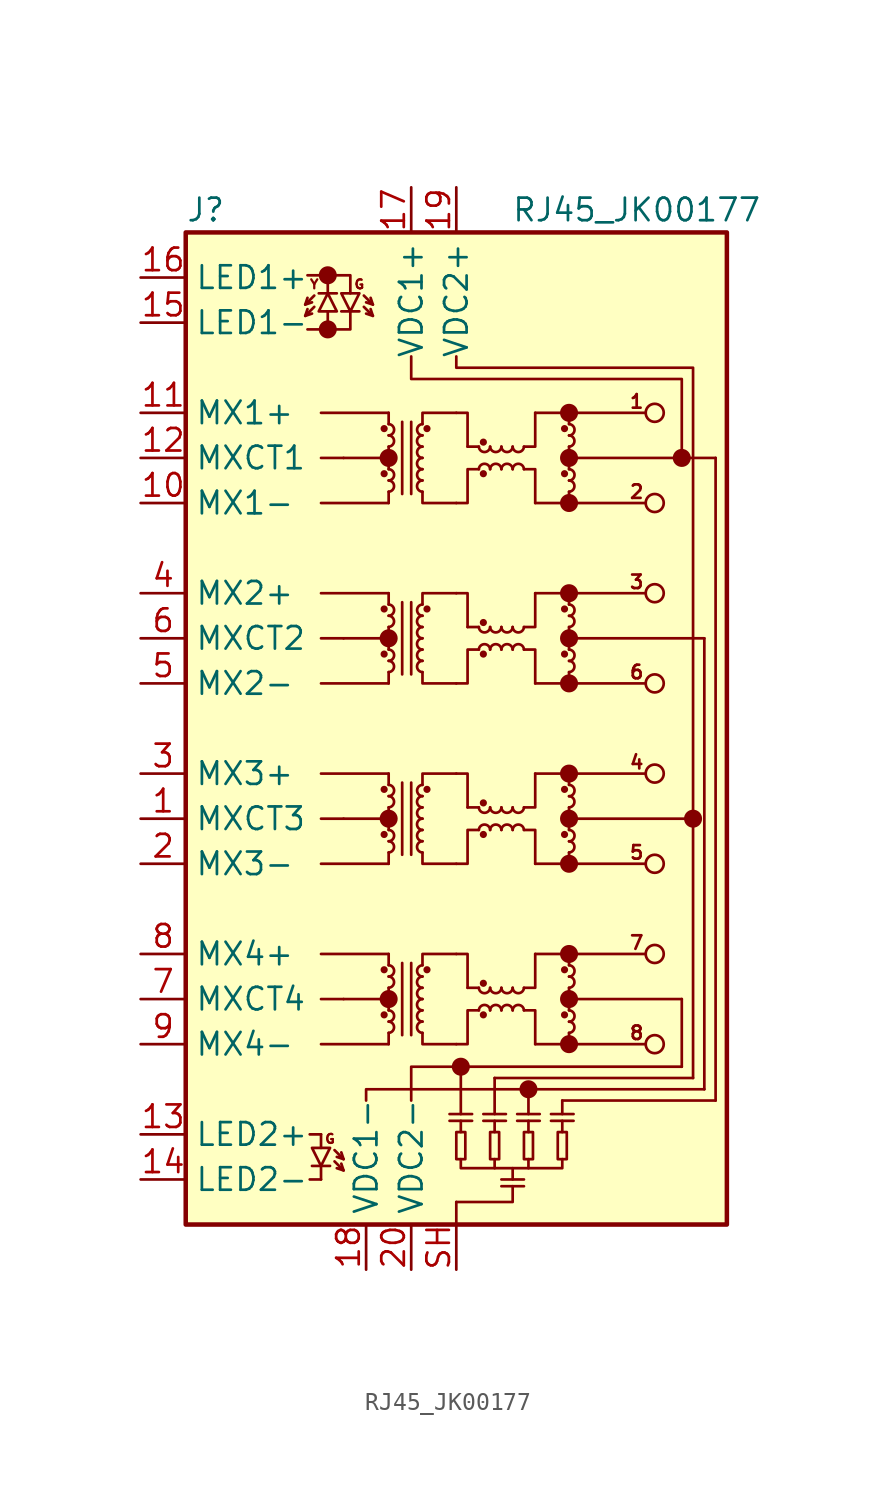
<source format=kicad_sym>
(kicad_symbol_lib
  (version 20220914)
  (generator kicad_symbol_editor)
  (symbol "RJ45_JK00177"
    (property "Reference" "J"
      (at -15.24 29.21 0)
      (effects (font (size 1.27 1.27)) (justify left)))
    (property "Value" "RJ45_JK00177"
      (at 10.16 29.21 0)
      (effects (font (size 1.27 1.27))))
    (symbol "RJ45_JK00177_0_0"
      (circle (center -7.239 22.479) (radius 0.0001) (stroke (width 0.508) (type default)) (fill (type none)))
      (circle (center -7.239 25.527) (radius 0.0001) (stroke (width 0.508) (type default)) (fill (type none)))
      (circle (center -3.81 -15.24) (radius 0.0001) (stroke (width 0.508) (type default)) (fill (type none)))
      (circle (center -3.81 -5.08) (radius 0.0001) (stroke (width 0.508) (type default)) (fill (type none)))
      (circle (center -3.81 5.08) (radius 0.0001) (stroke (width 0.508) (type default)) (fill (type none)))
      (circle (center -3.81 15.24) (radius 0.0001) (stroke (width 0.508) (type default)) (fill (type none)))
      (circle (center 0.254 -19.05) (radius 0.0001) (stroke (width 0.508) (type default)) (fill (type none)))
      (circle (center 4.064 -20.32) (radius 0.0001) (stroke (width 0.508) (type default)) (fill (type none)))
      (circle (center 6.35 -17.78) (radius 0.0001) (stroke (width 0.508) (type default)) (fill (type none)))
      (circle (center 6.35 -15.24) (radius 0.0001) (stroke (width 0.508) (type default)) (fill (type none)))
      (circle (center 6.35 -12.7) (radius 0.0001) (stroke (width 0.508) (type default)) (fill (type none)))
      (circle (center 6.35 -7.62) (radius 0.0001) (stroke (width 0.508) (type default)) (fill (type none)))
      (circle (center 6.35 -5.08) (radius 0.0001) (stroke (width 0.508) (type default)) (fill (type none)))
      (circle (center 6.35 -2.54) (radius 0.0001) (stroke (width 0.508) (type default)) (fill (type none)))
      (circle (center 6.35 2.54) (radius 0.0001) (stroke (width 0.508) (type default)) (fill (type none)))
      (circle (center 6.35 5.08) (radius 0.0001) (stroke (width 0.508) (type default)) (fill (type none)))
      (circle (center 6.35 7.62) (radius 0.0001) (stroke (width 0.508) (type default)) (fill (type none)))
      (circle (center 6.35 12.7) (radius 0.0001) (stroke (width 0.508) (type default)) (fill (type none)))
      (circle (center 6.35 15.24) (radius 0.0001) (stroke (width 0.508) (type default)) (fill (type none)))
      (circle (center 6.35 17.78) (radius 0.0001) (stroke (width 0.508) (type default)) (fill (type none)))
      (circle (center 12.7 15.24) (radius 0.0001) (stroke (width 0.508) (type default)) (fill (type none)))
      (circle (center 13.335 -5.08) (radius 0.0001) (stroke (width 0.508) (type default)) (fill (type none)))
      (text "" (at -7.874 24.892 900) (effects (font (size 1.27 1.27))))
      (text "1" (at 10.16 18.415 0) (effects (font (size 0.762 0.762))))
      (text "2" (at 10.16 13.335 0) (effects (font (size 0.762 0.762))))
      (text "3" (at 10.16 8.255 0) (effects (font (size 0.762 0.762))))
      (text "4" (at 10.16 -1.905 0) (effects (font (size 0.762 0.762))))
      (text "5" (at 10.16 -6.985 0) (effects (font (size 0.762 0.762))))
      (text "6" (at 10.16 3.175 0) (effects (font (size 0.762 0.762))))
      (text "7" (at 10.16 -12.065 0) (effects (font (size 0.762 0.762))))
      (text "8" (at 10.16 -17.145 0) (effects (font (size 0.762 0.762))))
      (text "G" (at -7.112 -23.114 0) (effects (font (size 0.508 0.508))))
      (text "G" (at -5.461 25.019 0) (effects (font (size 0.508 0.508))))
      (text "Y" (at -8.001 25.019 0) (effects (font (size 0.508 0.508)))))
    (symbol "RJ45_JK00177_0_1"
      (rectangle (start -15.24 27.94) (end 15.24 -27.94) (stroke (width 0.254) (type default)) (fill (type background)))
      (circle (center -4.064 -16.129) (radius 0.127) (stroke (width 0) (type default)) (fill (type outline)))
      (circle (center -4.064 -13.589) (radius 0.127) (stroke (width 0) (type default)) (fill (type outline)))
      (circle (center -4.064 -5.969) (radius 0.127) (stroke (width 0) (type default)) (fill (type outline)))
      (circle (center -4.064 -3.429) (radius 0.127) (stroke (width 0) (type default)) (fill (type outline)))
      (circle (center -4.064 4.191) (radius 0.127) (stroke (width 0) (type default)) (fill (type outline)))
      (circle (center -4.064 6.731) (radius 0.127) (stroke (width 0) (type default)) (fill (type outline)))
      (circle (center -4.064 14.351) (radius 0.127) (stroke (width 0) (type default)) (fill (type outline)))
      (circle (center -4.064 16.891) (radius 0.127) (stroke (width 0) (type default)) (fill (type outline)))
      (arc (start -3.81 -17.145) (mid -3.5052 -16.8402) (end -3.81 -16.51) (stroke (width 0) (type default)) (fill (type none)))
      (arc (start -3.81 -16.51) (mid -3.5052 -16.2052) (end -3.81 -15.875) (stroke (width 0) (type default)) (fill (type none)))
      (arc (start -3.81 -14.605) (mid -3.5052 -14.3002) (end -3.81 -13.97) (stroke (width 0) (type default)) (fill (type none)))
      (arc (start -3.81 -13.97) (mid -3.5052 -13.6652) (end -3.81 -13.335) (stroke (width 0) (type default)) (fill (type none)))
      (arc (start -3.81 -6.985) (mid -3.5052 -6.6802) (end -3.81 -6.35) (stroke (width 0) (type default)) (fill (type none)))
      (arc (start -3.81 -6.35) (mid -3.5052 -6.0452) (end -3.81 -5.715) (stroke (width 0) (type default)) (fill (type none)))
      (arc (start -3.81 -4.445) (mid -3.5052 -4.1402) (end -3.81 -3.81) (stroke (width 0) (type default)) (fill (type none)))
      (arc (start -3.81 -3.81) (mid -3.5052 -3.5052) (end -3.81 -3.175) (stroke (width 0) (type default)) (fill (type none)))
      (arc (start -3.81 3.175) (mid -3.5052 3.4798) (end -3.81 3.81) (stroke (width 0) (type default)) (fill (type none)))
      (arc (start -3.81 3.81) (mid -3.5052 4.1148) (end -3.81 4.445) (stroke (width 0) (type default)) (fill (type none)))
      (arc (start -3.81 5.715) (mid -3.5052 6.0198) (end -3.81 6.35) (stroke (width 0) (type default)) (fill (type none)))
      (arc (start -3.81 6.35) (mid -3.5052 6.6548) (end -3.81 6.985) (stroke (width 0) (type default)) (fill (type none)))
      (arc (start -3.81 13.335) (mid -3.5052 13.6398) (end -3.81 13.97) (stroke (width 0) (type default)) (fill (type none)))
      (arc (start -3.81 13.97) (mid -3.5052 14.2748) (end -3.81 14.605) (stroke (width 0) (type default)) (fill (type none)))
      (arc (start -3.81 15.875) (mid -3.5052 16.1798) (end -3.81 16.51) (stroke (width 0) (type default)) (fill (type none)))
      (arc (start -3.81 16.51) (mid -3.5052 16.8148) (end -3.81 17.145) (stroke (width 0) (type default)) (fill (type none)))
      (arc (start -1.905 -16.51) (mid -2.2098 -16.8148) (end -1.905 -17.145) (stroke (width 0) (type default)) (fill (type none)))
      (arc (start -1.905 -15.875) (mid -2.2098 -16.1798) (end -1.905 -16.51) (stroke (width 0) (type default)) (fill (type none)))
      (arc (start -1.905 -15.24) (mid -2.2098 -15.5448) (end -1.905 -15.875) (stroke (width 0) (type default)) (fill (type none)))
      (arc (start -1.905 -14.605) (mid -2.2098 -14.9098) (end -1.905 -15.24) (stroke (width 0) (type default)) (fill (type none)))
      (arc (start -1.905 -13.97) (mid -2.2098 -14.2748) (end -1.905 -14.605) (stroke (width 0) (type default)) (fill (type none)))
      (arc (start -1.905 -13.335) (mid -2.2098 -13.6398) (end -1.905 -13.97) (stroke (width 0) (type default)) (fill (type none)))
      (arc (start -1.905 -6.35) (mid -2.2098 -6.6548) (end -1.905 -6.985) (stroke (width 0) (type default)) (fill (type none)))
      (arc (start -1.905 -5.715) (mid -2.2098 -6.0198) (end -1.905 -6.35) (stroke (width 0) (type default)) (fill (type none)))
      (arc (start -1.905 -5.08) (mid -2.2098 -5.3848) (end -1.905 -5.715) (stroke (width 0) (type default)) (fill (type none)))
      (arc (start -1.905 -4.445) (mid -2.2098 -4.7498) (end -1.905 -5.08) (stroke (width 0) (type default)) (fill (type none)))
      (arc (start -1.905 -3.81) (mid -2.2098 -4.1148) (end -1.905 -4.445) (stroke (width 0) (type default)) (fill (type none)))
      (arc (start -1.905 -3.175) (mid -2.2098 -3.4798) (end -1.905 -3.81) (stroke (width 0) (type default)) (fill (type none)))
      (arc (start -1.905 3.81) (mid -2.2098 3.5052) (end -1.905 3.175) (stroke (width 0) (type default)) (fill (type none)))
      (arc (start -1.905 4.445) (mid -2.2098 4.1402) (end -1.905 3.81) (stroke (width 0) (type default)) (fill (type none)))
      (arc (start -1.905 5.08) (mid -2.2098 4.7752) (end -1.905 4.445) (stroke (width 0) (type default)) (fill (type none)))
      (arc (start -1.905 5.715) (mid -2.2098 5.4102) (end -1.905 5.08) (stroke (width 0) (type default)) (fill (type none)))
      (arc (start -1.905 6.35) (mid -2.2098 6.0452) (end -1.905 5.715) (stroke (width 0) (type default)) (fill (type none)))
      (arc (start -1.905 6.985) (mid -2.2098 6.6802) (end -1.905 6.35) (stroke (width 0) (type default)) (fill (type none)))
      (arc (start -1.905 13.97) (mid -2.2098 13.6652) (end -1.905 13.335) (stroke (width 0) (type default)) (fill (type none)))
      (arc (start -1.905 14.605) (mid -2.2098 14.3002) (end -1.905 13.97) (stroke (width 0) (type default)) (fill (type none)))
      (arc (start -1.905 15.24) (mid -2.2098 14.9352) (end -1.905 14.605) (stroke (width 0) (type default)) (fill (type none)))
      (arc (start -1.905 15.875) (mid -2.2098 15.5702) (end -1.905 15.24) (stroke (width 0) (type default)) (fill (type none)))
      (arc (start -1.905 16.51) (mid -2.2098 16.2052) (end -1.905 15.875) (stroke (width 0) (type default)) (fill (type none)))
      (arc (start -1.905 17.145) (mid -2.2098 16.8402) (end -1.905 16.51) (stroke (width 0) (type default)) (fill (type none)))
      (circle (center -1.651 -13.589) (radius 0.127) (stroke (width 0) (type default)) (fill (type outline)))
      (circle (center -1.651 -3.429) (radius 0.127) (stroke (width 0) (type default)) (fill (type outline)))
      (circle (center -1.651 6.731) (radius 0.127) (stroke (width 0) (type default)) (fill (type outline)))
      (circle (center -1.651 16.891) (radius 0.127) (stroke (width 0) (type default)) (fill (type outline)))
      (rectangle (start 0 -22.733) (end 0.508 -24.257) (stroke (width 0.152) (type default)) (fill (type none)))
      (polyline (pts (xy -7.62 -17.78) (xy -3.81 -17.78)) (stroke (width 0) (type default)) (fill (type none)))
      (polyline (pts (xy -7.62 -15.24) (xy -6.35 -15.24)) (stroke (width 0) (type default)) (fill (type none)))
      (polyline (pts (xy -7.62 -12.7) (xy -3.81 -12.7)) (stroke (width 0) (type default)) (fill (type none)))
      (polyline (pts (xy -7.62 -7.62) (xy -3.81 -7.62)) (stroke (width 0) (type default)) (fill (type none)))
      (polyline (pts (xy -7.62 -5.08) (xy -6.35 -5.08)) (stroke (width 0) (type default)) (fill (type none)))
      (polyline (pts (xy -7.62 -2.54) (xy -3.81 -2.54)) (stroke (width 0) (type default)) (fill (type none)))
      (polyline (pts (xy -7.62 2.54) (xy -3.81 2.54)) (stroke (width 0) (type default)) (fill (type none)))
      (polyline (pts (xy -7.62 5.08) (xy -6.35 5.08)) (stroke (width 0) (type default)) (fill (type none)))
      (polyline (pts (xy -7.62 7.62) (xy -3.81 7.62)) (stroke (width 0) (type default)) (fill (type none)))
      (polyline (pts (xy -7.62 12.7) (xy -3.81 12.7)) (stroke (width 0) (type default)) (fill (type none)))
      (polyline (pts (xy -7.62 15.24) (xy -6.35 15.24)) (stroke (width 0) (type default)) (fill (type none)))
      (polyline (pts (xy -7.62 17.78) (xy -3.81 17.78)) (stroke (width 0) (type default)) (fill (type none)))
      (polyline (pts (xy -6.35 -15.24) (xy -3.81 -15.24)) (stroke (width 0) (type default)) (fill (type none)))
      (polyline (pts (xy -6.35 -5.08) (xy -3.81 -5.08)) (stroke (width 0) (type default)) (fill (type none)))
      (polyline (pts (xy -6.35 5.08) (xy -3.81 5.08)) (stroke (width 0) (type default)) (fill (type none)))
      (polyline (pts (xy -6.35 15.24) (xy -3.81 15.24)) (stroke (width 0) (type default)) (fill (type none)))
      (polyline (pts (xy -3.81 -17.78) (xy -3.81 -17.145)) (stroke (width 0) (type default)) (fill (type none)))
      (polyline (pts (xy -3.81 -15.24) (xy -3.81 -15.875)) (stroke (width 0) (type default)) (fill (type none)))
      (polyline (pts (xy -3.81 -15.24) (xy -3.81 -14.605)) (stroke (width 0) (type default)) (fill (type none)))
      (polyline (pts (xy -3.81 -12.7) (xy -3.81 -13.335)) (stroke (width 0) (type default)) (fill (type none)))
      (polyline (pts (xy -3.81 -7.62) (xy -3.81 -6.985)) (stroke (width 0) (type default)) (fill (type none)))
      (polyline (pts (xy -3.81 -5.08) (xy -3.81 -5.715)) (stroke (width 0) (type default)) (fill (type none)))
      (polyline (pts (xy -3.81 -5.08) (xy -3.81 -4.445)) (stroke (width 0) (type default)) (fill (type none)))
      (polyline (pts (xy -3.81 -2.54) (xy -3.81 -3.175)) (stroke (width 0) (type default)) (fill (type none)))
      (polyline (pts (xy -3.81 2.54) (xy -3.81 3.175)) (stroke (width 0) (type default)) (fill (type none)))
      (polyline (pts (xy -3.81 5.08) (xy -3.81 4.445)) (stroke (width 0) (type default)) (fill (type none)))
      (polyline (pts (xy -3.81 5.08) (xy -3.81 5.715)) (stroke (width 0) (type default)) (fill (type none)))
      (polyline (pts (xy -3.81 7.62) (xy -3.81 6.985)) (stroke (width 0) (type default)) (fill (type none)))
      (polyline (pts (xy -3.81 12.7) (xy -3.81 13.335)) (stroke (width 0) (type default)) (fill (type none)))
      (polyline (pts (xy -3.81 15.24) (xy -3.81 14.605)) (stroke (width 0) (type default)) (fill (type none)))
      (polyline (pts (xy -3.81 15.24) (xy -3.81 15.875)) (stroke (width 0) (type default)) (fill (type none)))
      (polyline (pts (xy -3.81 17.78) (xy -3.81 17.145)) (stroke (width 0) (type default)) (fill (type none)))
      (polyline (pts (xy -3.048 -17.272) (xy -3.048 -13.208)) (stroke (width 0) (type default)) (fill (type none)))
      (polyline (pts (xy -3.048 -7.112) (xy -3.048 -3.048)) (stroke (width 0) (type default)) (fill (type none)))
      (polyline (pts (xy -3.048 3.048) (xy -3.048 7.112)) (stroke (width 0) (type default)) (fill (type none)))
      (polyline (pts (xy -3.048 13.208) (xy -3.048 17.272)) (stroke (width 0) (type default)) (fill (type none)))
      (polyline (pts (xy -2.54 -17.272) (xy -2.54 -13.208)) (stroke (width 0) (type default)) (fill (type none)))
      (polyline (pts (xy -2.54 -7.112) (xy -2.54 -3.048)) (stroke (width 0) (type default)) (fill (type none)))
      (polyline (pts (xy -2.54 3.048) (xy -2.54 7.112)) (stroke (width 0) (type default)) (fill (type none)))
      (polyline (pts (xy -2.54 13.208) (xy -2.54 17.272)) (stroke (width 0) (type default)) (fill (type none)))
      (polyline (pts (xy -0.381 -22.098) (xy 0.889 -22.098)) (stroke (width 0.152) (type default)) (fill (type none)))
      (polyline (pts (xy -0.381 -21.717) (xy 0.889 -21.717)) (stroke (width 0.152) (type default)) (fill (type none)))
      (polyline (pts (xy 0 -27.94) (xy 0 -26.67)) (stroke (width 0.152) (type default)) (fill (type none)))
      (polyline (pts (xy 0.254 -21.717) (xy 0.254 -19.05)) (stroke (width 0.152) (type default)) (fill (type none)))
      (polyline (pts (xy 0.254 -19.05) (xy 12.7 -19.05)) (stroke (width 0) (type default)) (fill (type none)))
      (polyline (pts (xy 0.635 -14.605) (xy 1.27 -14.605)) (stroke (width 0) (type default)) (fill (type none)))
      (polyline (pts (xy 0.635 -4.445) (xy 1.27 -4.445)) (stroke (width 0) (type default)) (fill (type none)))
      (polyline (pts (xy 0.635 5.715) (xy 1.27 5.715)) (stroke (width 0) (type default)) (fill (type none)))
      (polyline (pts (xy 0.635 15.875) (xy 1.27 15.875)) (stroke (width 0) (type default)) (fill (type none)))
      (polyline (pts (xy 1.524 -22.098) (xy 2.794 -22.098)) (stroke (width 0.152) (type default)) (fill (type none)))
      (polyline (pts (xy 1.524 -21.717) (xy 2.794 -21.717)) (stroke (width 0.152) (type default)) (fill (type none)))
      (polyline (pts (xy 2.159 -24.257) (xy 2.159 -24.765)) (stroke (width 0.152) (type default)) (fill (type none)))
      (polyline (pts (xy 2.159 -21.717) (xy 2.159 -19.685)) (stroke (width 0.152) (type default)) (fill (type none)))
      (polyline (pts (xy 3.429 -22.098) (xy 4.699 -22.098)) (stroke (width 0.152) (type default)) (fill (type none)))
      (polyline (pts (xy 3.429 -21.717) (xy 4.699 -21.717)) (stroke (width 0.152) (type default)) (fill (type none)))
      (polyline (pts (xy 3.81 -25.781) (xy 2.54 -25.781)) (stroke (width 0.152) (type default)) (fill (type none)))
      (polyline (pts (xy 3.81 -25.4) (xy 2.54 -25.4)) (stroke (width 0.152) (type default)) (fill (type none)))
      (polyline (pts (xy 4.064 -24.257) (xy 4.064 -24.765)) (stroke (width 0.152) (type default)) (fill (type none)))
      (polyline (pts (xy 4.064 -21.717) (xy 4.064 -20.32)) (stroke (width 0.152) (type default)) (fill (type none)))
      (polyline (pts (xy 4.445 -17.78) (xy 6.35 -17.78)) (stroke (width 0) (type default)) (fill (type none)))
      (polyline (pts (xy 4.445 -12.7) (xy 6.35 -12.7)) (stroke (width 0) (type default)) (fill (type none)))
      (polyline (pts (xy 4.445 -7.62) (xy 6.35 -7.62)) (stroke (width 0) (type default)) (fill (type none)))
      (polyline (pts (xy 4.445 -2.54) (xy 6.35 -2.54)) (stroke (width 0) (type default)) (fill (type none)))
      (polyline (pts (xy 4.445 2.54) (xy 6.35 2.54)) (stroke (width 0) (type default)) (fill (type none)))
      (polyline (pts (xy 4.445 7.62) (xy 6.35 7.62)) (stroke (width 0) (type default)) (fill (type none)))
      (polyline (pts (xy 4.445 12.7) (xy 6.35 12.7)) (stroke (width 0) (type default)) (fill (type none)))
      (polyline (pts (xy 4.445 17.78) (xy 6.35 17.78)) (stroke (width 0) (type default)) (fill (type none)))
      (polyline (pts (xy 5.334 -22.098) (xy 6.604 -22.098)) (stroke (width 0.152) (type default)) (fill (type none)))
      (polyline (pts (xy 5.334 -21.717) (xy 6.604 -21.717)) (stroke (width 0.152) (type default)) (fill (type none)))
      (polyline (pts (xy 5.969 -21.717) (xy 5.969 -20.955)) (stroke (width 0.152) (type default)) (fill (type none)))
      (polyline (pts (xy 6.35 -17.78) (xy 6.35 -17.145)) (stroke (width 0) (type default)) (fill (type none)))
      (polyline (pts (xy 6.35 -17.78) (xy 10.668 -17.78)) (stroke (width 0) (type default)) (fill (type none)))
      (polyline (pts (xy 6.35 -15.24) (xy 6.35 -15.875)) (stroke (width 0) (type default)) (fill (type none)))
      (polyline (pts (xy 6.35 -15.24) (xy 6.35 -14.605)) (stroke (width 0) (type default)) (fill (type none)))
      (polyline (pts (xy 6.35 -15.24) (xy 12.7 -15.24)) (stroke (width 0) (type default)) (fill (type none)))
      (polyline (pts (xy 6.35 -12.7) (xy 6.35 -13.335)) (stroke (width 0) (type default)) (fill (type none)))
      (polyline (pts (xy 6.35 -12.7) (xy 10.668 -12.7)) (stroke (width 0) (type default)) (fill (type none)))
      (polyline (pts (xy 6.35 -7.62) (xy 6.35 -6.985)) (stroke (width 0) (type default)) (fill (type none)))
      (polyline (pts (xy 6.35 -7.62) (xy 10.668 -7.62)) (stroke (width 0) (type default)) (fill (type none)))
      (polyline (pts (xy 6.35 -5.08) (xy 6.35 -5.715)) (stroke (width 0) (type default)) (fill (type none)))
      (polyline (pts (xy 6.35 -5.08) (xy 6.35 -4.445)) (stroke (width 0) (type default)) (fill (type none)))
      (polyline (pts (xy 6.35 -5.08) (xy 13.335 -5.08)) (stroke (width 0) (type default)) (fill (type none)))
      (polyline (pts (xy 6.35 -2.54) (xy 6.35 -3.175)) (stroke (width 0) (type default)) (fill (type none)))
      (polyline (pts (xy 6.35 -2.54) (xy 10.668 -2.54)) (stroke (width 0) (type default)) (fill (type none)))
      (polyline (pts (xy 6.35 2.54) (xy 6.35 3.175)) (stroke (width 0) (type default)) (fill (type none)))
      (polyline (pts (xy 6.35 2.54) (xy 10.668 2.54)) (stroke (width 0) (type default)) (fill (type none)))
      (polyline (pts (xy 6.35 5.08) (xy 6.35 4.445)) (stroke (width 0) (type default)) (fill (type none)))
      (polyline (pts (xy 6.35 5.08) (xy 6.35 5.715)) (stroke (width 0) (type default)) (fill (type none)))
      (polyline (pts (xy 6.35 7.62) (xy 6.35 6.985)) (stroke (width 0) (type default)) (fill (type none)))
      (polyline (pts (xy 6.35 7.62) (xy 10.668 7.62)) (stroke (width 0) (type default)) (fill (type none)))
      (polyline (pts (xy 6.35 12.7) (xy 6.35 13.335)) (stroke (width 0) (type default)) (fill (type none)))
      (polyline (pts (xy 6.35 12.7) (xy 10.668 12.7)) (stroke (width 0) (type default)) (fill (type none)))
      (polyline (pts (xy 6.35 15.24) (xy 6.35 14.605)) (stroke (width 0) (type default)) (fill (type none)))
      (polyline (pts (xy 6.35 15.24) (xy 6.35 15.875)) (stroke (width 0) (type default)) (fill (type none)))
      (polyline (pts (xy 6.35 17.78) (xy 6.35 17.145)) (stroke (width 0) (type default)) (fill (type none)))
      (polyline (pts (xy 6.35 17.78) (xy 10.668 17.78)) (stroke (width 0) (type default)) (fill (type none)))
      (polyline (pts (xy 12.7 -19.05) (xy 12.7 -15.24)) (stroke (width 0) (type default)) (fill (type none)))
      (polyline (pts (xy 13.335 -19.685) (xy 2.159 -19.685)) (stroke (width 0.152) (type default)) (fill (type none)))
      (polyline (pts (xy 13.335 -19.685) (xy 13.335 -5.08)) (stroke (width 0) (type default)) (fill (type none)))
      (polyline (pts (xy 13.97 -20.32) (xy 4.064 -20.32)) (stroke (width 0.152) (type default)) (fill (type none)))
      (polyline (pts (xy 13.97 -20.32) (xy 13.97 5.08)) (stroke (width 0) (type default)) (fill (type none)))
      (polyline (pts (xy 13.97 5.08) (xy 6.35 5.08)) (stroke (width 0) (type default)) (fill (type none)))
      (polyline (pts (xy 14.605 -20.955) (xy 5.969 -20.955)) (stroke (width 0.152) (type default)) (fill (type none)))
      (polyline (pts (xy 14.605 -20.955) (xy 14.605 15.24)) (stroke (width 0) (type default)) (fill (type none)))
      (polyline (pts (xy 14.605 15.24) (xy 6.35 15.24)) (stroke (width 0) (type default)) (fill (type none)))
      (polyline (pts (xy -2.54 -20.955) (xy -2.54 -19.05) (xy 0.254 -19.05)) (stroke (width 0.152) (type default)) (fill (type none)))
      (polyline (pts (xy -1.905 -17.145) (xy -1.905 -17.78) (xy 0 -17.78)) (stroke (width 0) (type default)) (fill (type none)))
      (polyline (pts (xy -1.905 -13.335) (xy -1.905 -12.7) (xy 0 -12.7)) (stroke (width 0) (type default)) (fill (type none)))
      (polyline (pts (xy -1.905 -6.985) (xy -1.905 -7.62) (xy 0 -7.62)) (stroke (width 0) (type default)) (fill (type none)))
      (polyline (pts (xy -1.905 -3.175) (xy -1.905 -2.54) (xy 0 -2.54)) (stroke (width 0) (type default)) (fill (type none)))
      (polyline (pts (xy -1.905 3.175) (xy -1.905 2.54) (xy 0 2.54)) (stroke (width 0) (type default)) (fill (type none)))
      (polyline (pts (xy -1.905 6.985) (xy -1.905 7.62) (xy 0 7.62)) (stroke (width 0) (type default)) (fill (type none)))
      (polyline (pts (xy -1.905 13.335) (xy -1.905 12.7) (xy 0 12.7)) (stroke (width 0) (type default)) (fill (type none)))
      (polyline (pts (xy -1.905 17.145) (xy -1.905 17.78) (xy 0 17.78)) (stroke (width 0) (type default)) (fill (type none)))
      (polyline (pts (xy 0 -26.67) (xy 3.175 -26.67) (xy 3.175 -25.781)) (stroke (width 0.152) (type default)) (fill (type none)))
      (polyline (pts (xy 0 -12.7) (xy 0.635 -12.7) (xy 0.635 -14.605)) (stroke (width 0) (type default)) (fill (type none)))
      (polyline (pts (xy 0 -2.54) (xy 0.635 -2.54) (xy 0.635 -4.445)) (stroke (width 0) (type default)) (fill (type none)))
      (polyline (pts (xy 0 7.62) (xy 0.635 7.62) (xy 0.635 5.715)) (stroke (width 0) (type default)) (fill (type none)))
      (polyline (pts (xy 0 17.78) (xy 0.635 17.78) (xy 0.635 15.875)) (stroke (width 0) (type default)) (fill (type none)))
      (polyline (pts (xy 3.81 -15.875) (xy 4.445 -15.875) (xy 4.445 -17.78)) (stroke (width 0) (type default)) (fill (type none)))
      (polyline (pts (xy 3.81 -14.605) (xy 4.445 -14.605) (xy 4.445 -12.7)) (stroke (width 0) (type default)) (fill (type none)))
      (polyline (pts (xy 3.81 -5.715) (xy 4.445 -5.715) (xy 4.445 -7.62)) (stroke (width 0) (type default)) (fill (type none)))
      (polyline (pts (xy 3.81 -4.445) (xy 4.445 -4.445) (xy 4.445 -2.54)) (stroke (width 0) (type default)) (fill (type none)))
      (polyline (pts (xy 3.81 4.445) (xy 4.445 4.445) (xy 4.445 2.54)) (stroke (width 0) (type default)) (fill (type none)))
      (polyline (pts (xy 3.81 5.715) (xy 4.445 5.715) (xy 4.445 7.62)) (stroke (width 0) (type default)) (fill (type none)))
      (polyline (pts (xy 3.81 14.605) (xy 4.445 14.605) (xy 4.445 12.7)) (stroke (width 0) (type default)) (fill (type none)))
      (polyline (pts (xy 3.81 15.875) (xy 4.445 15.875) (xy 4.445 17.78)) (stroke (width 0) (type default)) (fill (type none)))
      (polyline (pts (xy 4.064 -20.32) (xy -5.08 -20.32) (xy -5.08 -20.955)) (stroke (width 0.152) (type default)) (fill (type none)))
      (polyline (pts (xy -2.54 20.955) (xy -2.54 19.685) (xy 12.7 19.685) (xy 12.7 15.24)) (stroke (width 0.152) (type default)) (fill (type none)))
      (polyline (pts (xy 0 -17.78) (xy 0.635 -17.78) (xy 0.635 -15.875) (xy 1.27 -15.875)) (stroke (width 0) (type default)) (fill (type none)))
      (polyline (pts (xy 0 -7.62) (xy 0.635 -7.62) (xy 0.635 -5.715) (xy 1.27 -5.715)) (stroke (width 0) (type default)) (fill (type none)))
      (polyline (pts (xy 0 2.54) (xy 0.635 2.54) (xy 0.635 4.445) (xy 1.27 4.445)) (stroke (width 0) (type default)) (fill (type none)))
      (polyline (pts (xy 0 12.7) (xy 0.635 12.7) (xy 0.635 14.605) (xy 1.27 14.605)) (stroke (width 0) (type default)) (fill (type none)))
      (polyline (pts (xy 0.254 -24.257) (xy 0.254 -24.765) (xy 5.969 -24.765) (xy 5.969 -24.257)) (stroke (width 0.152) (type default)) (fill (type none)))
      (polyline (pts (xy 13.335 -5.08) (xy 13.335 20.32) (xy 0 20.32) (xy 0 20.955)) (stroke (width 0.152) (type default)) (fill (type none)))
      (rectangle (start 0.254 -22.733) (end 0.254 -22.098) (stroke (width 0.152) (type default)) (fill (type none)))
      (arc (start 1.27 -14.605) (mid 1.5748 -14.9098) (end 1.905 -14.605) (stroke (width 0) (type default)) (fill (type none)))
      (arc (start 1.27 -4.445) (mid 1.5748 -4.7498) (end 1.905 -4.445) (stroke (width 0) (type default)) (fill (type none)))
      (arc (start 1.27 5.715) (mid 1.5748 5.4102) (end 1.905 5.715) (stroke (width 0) (type default)) (fill (type none)))
      (arc (start 1.27 15.875) (mid 1.5748 15.5702) (end 1.905 15.875) (stroke (width 0) (type default)) (fill (type none)))
      (circle (center 1.524 -16.129) (radius 0.127) (stroke (width 0) (type default)) (fill (type outline)))
      (circle (center 1.524 -14.351) (radius 0.127) (stroke (width 0) (type default)) (fill (type outline)))
      (circle (center 1.524 -5.969) (radius 0.127) (stroke (width 0) (type default)) (fill (type outline)))
      (circle (center 1.524 -4.191) (radius 0.127) (stroke (width 0) (type default)) (fill (type outline)))
      (circle (center 1.524 4.191) (radius 0.127) (stroke (width 0) (type default)) (fill (type outline)))
      (circle (center 1.524 5.969) (radius 0.127) (stroke (width 0) (type default)) (fill (type outline)))
      (circle (center 1.524 14.351) (radius 0.127) (stroke (width 0) (type default)) (fill (type outline)))
      (circle (center 1.524 16.129) (radius 0.127) (stroke (width 0) (type default)) (fill (type outline)))
      (rectangle (start 1.905 -22.733) (end 2.413 -24.257) (stroke (width 0.152) (type default)) (fill (type none)))
      (arc (start 1.905 -15.875) (mid 1.6002 -15.5702) (end 1.27 -15.875) (stroke (width 0) (type default)) (fill (type none)))
      (arc (start 1.905 -14.605) (mid 2.2098 -14.9098) (end 2.54 -14.605) (stroke (width 0) (type default)) (fill (type none)))
      (arc (start 1.905 -5.715) (mid 1.6002 -5.4102) (end 1.27 -5.715) (stroke (width 0) (type default)) (fill (type none)))
      (arc (start 1.905 -4.445) (mid 2.2098 -4.7498) (end 2.54 -4.445) (stroke (width 0) (type default)) (fill (type none)))
      (arc (start 1.905 4.445) (mid 1.6002 4.7498) (end 1.27 4.445) (stroke (width 0) (type default)) (fill (type none)))
      (arc (start 1.905 5.715) (mid 2.2098 5.4102) (end 2.54 5.715) (stroke (width 0) (type default)) (fill (type none)))
      (arc (start 1.905 14.605) (mid 1.6002 14.9098) (end 1.27 14.605) (stroke (width 0) (type default)) (fill (type none)))
      (arc (start 1.905 15.875) (mid 2.2098 15.5702) (end 2.54 15.875) (stroke (width 0) (type default)) (fill (type none)))
      (rectangle (start 2.159 -22.733) (end 2.159 -22.098) (stroke (width 0.152) (type default)) (fill (type none)))
      (arc (start 2.54 -15.875) (mid 2.2352 -15.5702) (end 1.905 -15.875) (stroke (width 0) (type default)) (fill (type none)))
      (arc (start 2.54 -14.605) (mid 2.8448 -14.9098) (end 3.175 -14.605) (stroke (width 0) (type default)) (fill (type none)))
      (arc (start 2.54 -5.715) (mid 2.2352 -5.4102) (end 1.905 -5.715) (stroke (width 0) (type default)) (fill (type none)))
      (arc (start 2.54 -4.445) (mid 2.8448 -4.7498) (end 3.175 -4.445) (stroke (width 0) (type default)) (fill (type none)))
      (arc (start 2.54 4.445) (mid 2.2352 4.7498) (end 1.905 4.445) (stroke (width 0) (type default)) (fill (type none)))
      (arc (start 2.54 5.715) (mid 2.8448 5.4102) (end 3.175 5.715) (stroke (width 0) (type default)) (fill (type none)))
      (arc (start 2.54 14.605) (mid 2.2352 14.9098) (end 1.905 14.605) (stroke (width 0) (type default)) (fill (type none)))
      (arc (start 2.54 15.875) (mid 2.8448 15.5702) (end 3.175 15.875) (stroke (width 0) (type default)) (fill (type none)))
      (rectangle (start 3.175 -24.765) (end 3.175 -25.4) (stroke (width 0.152) (type default)) (fill (type none)))
      (arc (start 3.175 -15.875) (mid 2.8702 -15.5702) (end 2.54 -15.875) (stroke (width 0) (type default)) (fill (type none)))
      (arc (start 3.175 -14.605) (mid 3.4798 -14.9098) (end 3.81 -14.605) (stroke (width 0) (type default)) (fill (type none)))
      (arc (start 3.175 -5.715) (mid 2.8702 -5.4102) (end 2.54 -5.715) (stroke (width 0) (type default)) (fill (type none)))
      (arc (start 3.175 -4.445) (mid 3.4798 -4.7498) (end 3.81 -4.445) (stroke (width 0) (type default)) (fill (type none)))
      (arc (start 3.175 4.445) (mid 2.8702 4.7498) (end 2.54 4.445) (stroke (width 0) (type default)) (fill (type none)))
      (arc (start 3.175 5.715) (mid 3.4798 5.4102) (end 3.81 5.715) (stroke (width 0) (type default)) (fill (type none)))
      (arc (start 3.175 14.605) (mid 2.8702 14.9098) (end 2.54 14.605) (stroke (width 0) (type default)) (fill (type none)))
      (arc (start 3.175 15.875) (mid 3.4798 15.5702) (end 3.81 15.875) (stroke (width 0) (type default)) (fill (type none)))
      (rectangle (start 3.81 -22.733) (end 4.318 -24.257) (stroke (width 0.152) (type default)) (fill (type none)))
      (arc (start 3.81 -15.875) (mid 3.5052 -15.5702) (end 3.175 -15.875) (stroke (width 0) (type default)) (fill (type none)))
      (arc (start 3.81 -5.715) (mid 3.5052 -5.4102) (end 3.175 -5.715) (stroke (width 0) (type default)) (fill (type none)))
      (arc (start 3.81 4.445) (mid 3.5052 4.7498) (end 3.175 4.445) (stroke (width 0) (type default)) (fill (type none)))
      (arc (start 3.81 14.605) (mid 3.5052 14.9098) (end 3.175 14.605) (stroke (width 0) (type default)) (fill (type none)))
      (rectangle (start 4.064 -22.733) (end 4.064 -22.098) (stroke (width 0.152) (type default)) (fill (type none)))
      (rectangle (start 5.715 -22.733) (end 6.223 -24.257) (stroke (width 0.152) (type default)) (fill (type none)))
      (rectangle (start 5.969 -22.733) (end 5.969 -22.098) (stroke (width 0.152) (type default)) (fill (type none)))
      (circle (center 6.096 -16.129) (radius 0.127) (stroke (width 0) (type default)) (fill (type outline)))
      (circle (center 6.096 -13.589) (radius 0.127) (stroke (width 0) (type default)) (fill (type outline)))
      (circle (center 6.096 -5.969) (radius 0.127) (stroke (width 0) (type default)) (fill (type outline)))
      (circle (center 6.096 -3.429) (radius 0.127) (stroke (width 0) (type default)) (fill (type outline)))
      (circle (center 6.096 4.191) (radius 0.127) (stroke (width 0) (type default)) (fill (type outline)))
      (circle (center 6.096 6.731) (radius 0.127) (stroke (width 0) (type default)) (fill (type outline)))
      (circle (center 6.096 14.351) (radius 0.127) (stroke (width 0) (type default)) (fill (type outline)))
      (circle (center 6.096 16.891) (radius 0.127) (stroke (width 0) (type default)) (fill (type outline)))
      (arc (start 6.35 -17.145) (mid 6.6548 -16.8275) (end 6.35 -16.51) (stroke (width 0) (type default)) (fill (type none)))
      (arc (start 6.35 -16.51) (mid 6.6548 -16.1925) (end 6.35 -15.875) (stroke (width 0) (type default)) (fill (type none)))
      (arc (start 6.35 -14.605) (mid 6.6548 -14.2875) (end 6.35 -13.97) (stroke (width 0) (type default)) (fill (type none)))
      (arc (start 6.35 -13.97) (mid 6.6548 -13.6525) (end 6.35 -13.335) (stroke (width 0) (type default)) (fill (type none)))
      (arc (start 6.35 -6.985) (mid 6.6548 -6.6675) (end 6.35 -6.35) (stroke (width 0) (type default)) (fill (type none)))
      (arc (start 6.35 -6.35) (mid 6.6548 -6.0325) (end 6.35 -5.715) (stroke (width 0) (type default)) (fill (type none)))
      (arc (start 6.35 -4.445) (mid 6.6548 -4.1275) (end 6.35 -3.81) (stroke (width 0) (type default)) (fill (type none)))
      (arc (start 6.35 -3.81) (mid 6.6548 -3.4925) (end 6.35 -3.175) (stroke (width 0) (type default)) (fill (type none)))
      (arc (start 6.35 3.175) (mid 6.6548 3.4925) (end 6.35 3.81) (stroke (width 0) (type default)) (fill (type none)))
      (arc (start 6.35 3.81) (mid 6.6548 4.1275) (end 6.35 4.445) (stroke (width 0) (type default)) (fill (type none)))
      (arc (start 6.35 5.715) (mid 6.6548 6.0325) (end 6.35 6.35) (stroke (width 0) (type default)) (fill (type none)))
      (arc (start 6.35 6.35) (mid 6.6548 6.6675) (end 6.35 6.985) (stroke (width 0) (type default)) (fill (type none)))
      (arc (start 6.35 13.335) (mid 6.6548 13.6525) (end 6.35 13.97) (stroke (width 0) (type default)) (fill (type none)))
      (arc (start 6.35 13.97) (mid 6.6548 14.2875) (end 6.35 14.605) (stroke (width 0) (type default)) (fill (type none)))
      (arc (start 6.35 15.875) (mid 6.6548 16.1925) (end 6.35 16.51) (stroke (width 0) (type default)) (fill (type none)))
      (arc (start 6.35 16.51) (mid 6.6548 16.8275) (end 6.35 17.145) (stroke (width 0) (type default)) (fill (type none)))
      (circle (center 11.176 -17.78) (radius 0.508) (stroke (width 0) (type default)) (fill (type none)))
      (circle (center 11.176 -12.7) (radius 0.508) (stroke (width 0) (type default)) (fill (type none)))
      (circle (center 11.176 -7.62) (radius 0.508) (stroke (width 0) (type default)) (fill (type none)))
      (circle (center 11.176 -2.54) (radius 0.508) (stroke (width 0) (type default)) (fill (type none)))
      (circle (center 11.176 2.54) (radius 0.508) (stroke (width 0) (type default)) (fill (type none)))
      (circle (center 11.176 7.62) (radius 0.508) (stroke (width 0) (type default)) (fill (type none)))
      (circle (center 11.176 12.7) (radius 0.508) (stroke (width 0) (type default)) (fill (type none)))
      (circle (center 11.176 17.78) (radius 0.508) (stroke (width 0) (type default)) (fill (type none))))
    (symbol "RJ45_JK00177_1_1"
      (polyline (pts (xy -8.509 23.241) (xy -8.382 23.622)) (stroke (width 0) (type default)) (fill (type none)))
      (polyline (pts (xy -8.509 23.876) (xy -8.382 24.257)) (stroke (width 0) (type default)) (fill (type none)))
      (polyline (pts (xy -8.255 -25.4) (xy -7.62 -25.4)) (stroke (width 0) (type default)) (fill (type none)))
      (polyline (pts (xy -8.255 -22.86) (xy -7.62 -22.86)) (stroke (width 0) (type default)) (fill (type none)))
      (polyline (pts (xy -8.128 -24.638) (xy -7.112 -24.638)) (stroke (width 0) (type default)) (fill (type none)))
      (polyline (pts (xy -7.62 -25.4) (xy -7.62 -24.638)) (stroke (width 0) (type default)) (fill (type none)))
      (polyline (pts (xy -7.62 -22.86) (xy -7.62 -23.622)) (stroke (width 0) (type default)) (fill (type none)))
      (polyline (pts (xy -7.239 22.479) (xy -7.239 23.495)) (stroke (width 0) (type default)) (fill (type none)))
      (polyline (pts (xy -7.239 25.527) (xy -7.239 24.511)) (stroke (width 0) (type default)) (fill (type none)))
      (polyline (pts (xy -6.731 24.511) (xy -7.747 24.511)) (stroke (width 0) (type default)) (fill (type none)))
      (polyline (pts (xy -6.477 23.495) (xy -5.461 23.495)) (stroke (width 0) (type default)) (fill (type none)))
      (polyline (pts (xy -6.35 -24.892) (xy -6.477 -24.511)) (stroke (width 0) (type default)) (fill (type none)))
      (polyline (pts (xy -6.35 -24.257) (xy -6.477 -23.876)) (stroke (width 0) (type default)) (fill (type none)))
      (polyline (pts (xy -4.699 23.241) (xy -4.826 23.622)) (stroke (width 0) (type default)) (fill (type none)))
      (polyline (pts (xy -4.699 23.876) (xy -4.826 24.257)) (stroke (width 0) (type default)) (fill (type none)))
      (polyline (pts (xy -8.382 22.479) (xy -5.969 22.479) (xy -5.969 23.495)) (stroke (width 0) (type default)) (fill (type none)))
      (polyline (pts (xy -8.001 23.749) (xy -8.509 23.241) (xy -8.128 23.368)) (stroke (width 0) (type default)) (fill (type none)))
      (polyline (pts (xy -8.001 24.384) (xy -8.509 23.876) (xy -8.128 24.003)) (stroke (width 0) (type default)) (fill (type none)))
      (polyline (pts (xy -6.858 -24.384) (xy -6.35 -24.892) (xy -6.731 -24.765)) (stroke (width 0) (type default)) (fill (type none)))
      (polyline (pts (xy -6.858 -23.749) (xy -6.35 -24.257) (xy -6.731 -24.13)) (stroke (width 0) (type default)) (fill (type none)))
      (polyline (pts (xy -5.969 24.511) (xy -5.969 25.527) (xy -8.382 25.527)) (stroke (width 0) (type default)) (fill (type none)))
      (polyline (pts (xy -5.207 23.749) (xy -4.699 23.241) (xy -5.08 23.368)) (stroke (width 0) (type default)) (fill (type none)))
      (polyline (pts (xy -5.207 24.384) (xy -4.699 23.876) (xy -5.08 24.003)) (stroke (width 0) (type default)) (fill (type none)))
      (polyline (pts (xy -7.62 -24.638) (xy -8.128 -23.622) (xy -7.112 -23.622) (xy -7.62 -24.638)) (stroke (width 0) (type default)) (fill (type none)))
      (polyline (pts (xy -7.239 24.511) (xy -6.731 23.495) (xy -7.747 23.495) (xy -7.239 24.511)) (stroke (width 0) (type default)) (fill (type none)))
      (polyline (pts (xy -5.969 23.495) (xy -6.477 24.511) (xy -5.461 24.511) (xy -5.969 23.495)) (stroke (width 0) (type default)) (fill (type none)))
      (pin passive line (at -17.78 -5.08 0) (length 2.54) (name "MXCT3" (effects (font (size 1.27 1.27)))) (number "1" (effects (font (size 1.27 1.27)))))
      (pin passive line (at -17.78 12.7 0) (length 2.54) (name "MX1-" (effects (font (size 1.27 1.27)))) (number "10" (effects (font (size 1.27 1.27)))))
      (pin passive line (at -17.78 17.78 0) (length 2.54) (name "MX1+" (effects (font (size 1.27 1.27)))) (number "11" (effects (font (size 1.27 1.27)))))
      (pin passive line (at -17.78 15.24 0) (length 2.54) (name "MXCT1" (effects (font (size 1.27 1.27)))) (number "12" (effects (font (size 1.27 1.27)))))
      (pin passive line (at -17.78 -22.86 0) (length 2.54) (name "LED2+" (effects (font (size 1.27 1.27)))) (number "13" (effects (font (size 1.27 1.27)))))
      (pin passive line (at -17.78 -25.4 0) (length 2.54) (name "LED2-" (effects (font (size 1.27 1.27)))) (number "14" (effects (font (size 1.27 1.27)))))
      (pin passive line (at -17.78 22.86 0) (length 2.54) (name "LED1-" (effects (font (size 1.27 1.27)))) (number "15" (effects (font (size 1.27 1.27)))))
      (pin passive line (at -17.78 25.4 0) (length 2.54) (name "LED1+" (effects (font (size 1.27 1.27)))) (number "16" (effects (font (size 1.27 1.27)))))
      (pin passive line (at -2.54 30.48 270) (length 2.54) (name "VDC1+" (effects (font (size 1.27 1.27)))) (number "17" (effects (font (size 1.27 1.27)))))
      (pin passive line (at -5.08 -30.48 90) (length 2.54) (name "VDC1-" (effects (font (size 1.27 1.27)))) (number "18" (effects (font (size 1.27 1.27)))))
      (pin passive line (at 0 30.48 270) (length 2.54) (name "VDC2+" (effects (font (size 1.27 1.27)))) (number "19" (effects (font (size 1.27 1.27)))))
      (pin passive line (at -17.78 -7.62 0) (length 2.54) (name "MX3-" (effects (font (size 1.27 1.27)))) (number "2" (effects (font (size 1.27 1.27)))))
      (pin passive line (at -2.54 -30.48 90) (length 2.54) (name "VDC2-" (effects (font (size 1.27 1.27)))) (number "20" (effects (font (size 1.27 1.27)))))
      (pin passive line (at -17.78 -2.54 0) (length 2.54) (name "MX3+" (effects (font (size 1.27 1.27)))) (number "3" (effects (font (size 1.27 1.27)))))
      (pin passive line (at -17.78 7.62 0) (length 2.54) (name "MX2+" (effects (font (size 1.27 1.27)))) (number "4" (effects (font (size 1.27 1.27)))))
      (pin passive line (at -17.78 2.54 0) (length 2.54) (name "MX2-" (effects (font (size 1.27 1.27)))) (number "5" (effects (font (size 1.27 1.27)))))
      (pin passive line (at -17.78 5.08 0) (length 2.54) (name "MXCT2" (effects (font (size 1.27 1.27)))) (number "6" (effects (font (size 1.27 1.27)))))
      (pin passive line (at -17.78 -15.24 0) (length 2.54) (name "MXCT4" (effects (font (size 1.27 1.27)))) (number "7" (effects (font (size 1.27 1.27)))))
      (pin passive line (at -17.78 -12.7 0) (length 2.54) (name "MX4+" (effects (font (size 1.27 1.27)))) (number "8" (effects (font (size 1.27 1.27)))))
      (pin passive line (at -17.78 -17.78 0) (length 2.54) (name "MX4-" (effects (font (size 1.27 1.27)))) (number "9" (effects (font (size 1.27 1.27)))))
      (pin passive line (at 0 -30.48 90) (length 2.54) (name "~" (effects (font (size 1.27 1.27)))) (number "SH" (effects (font (size 1.27 1.27))))))))
</source>
